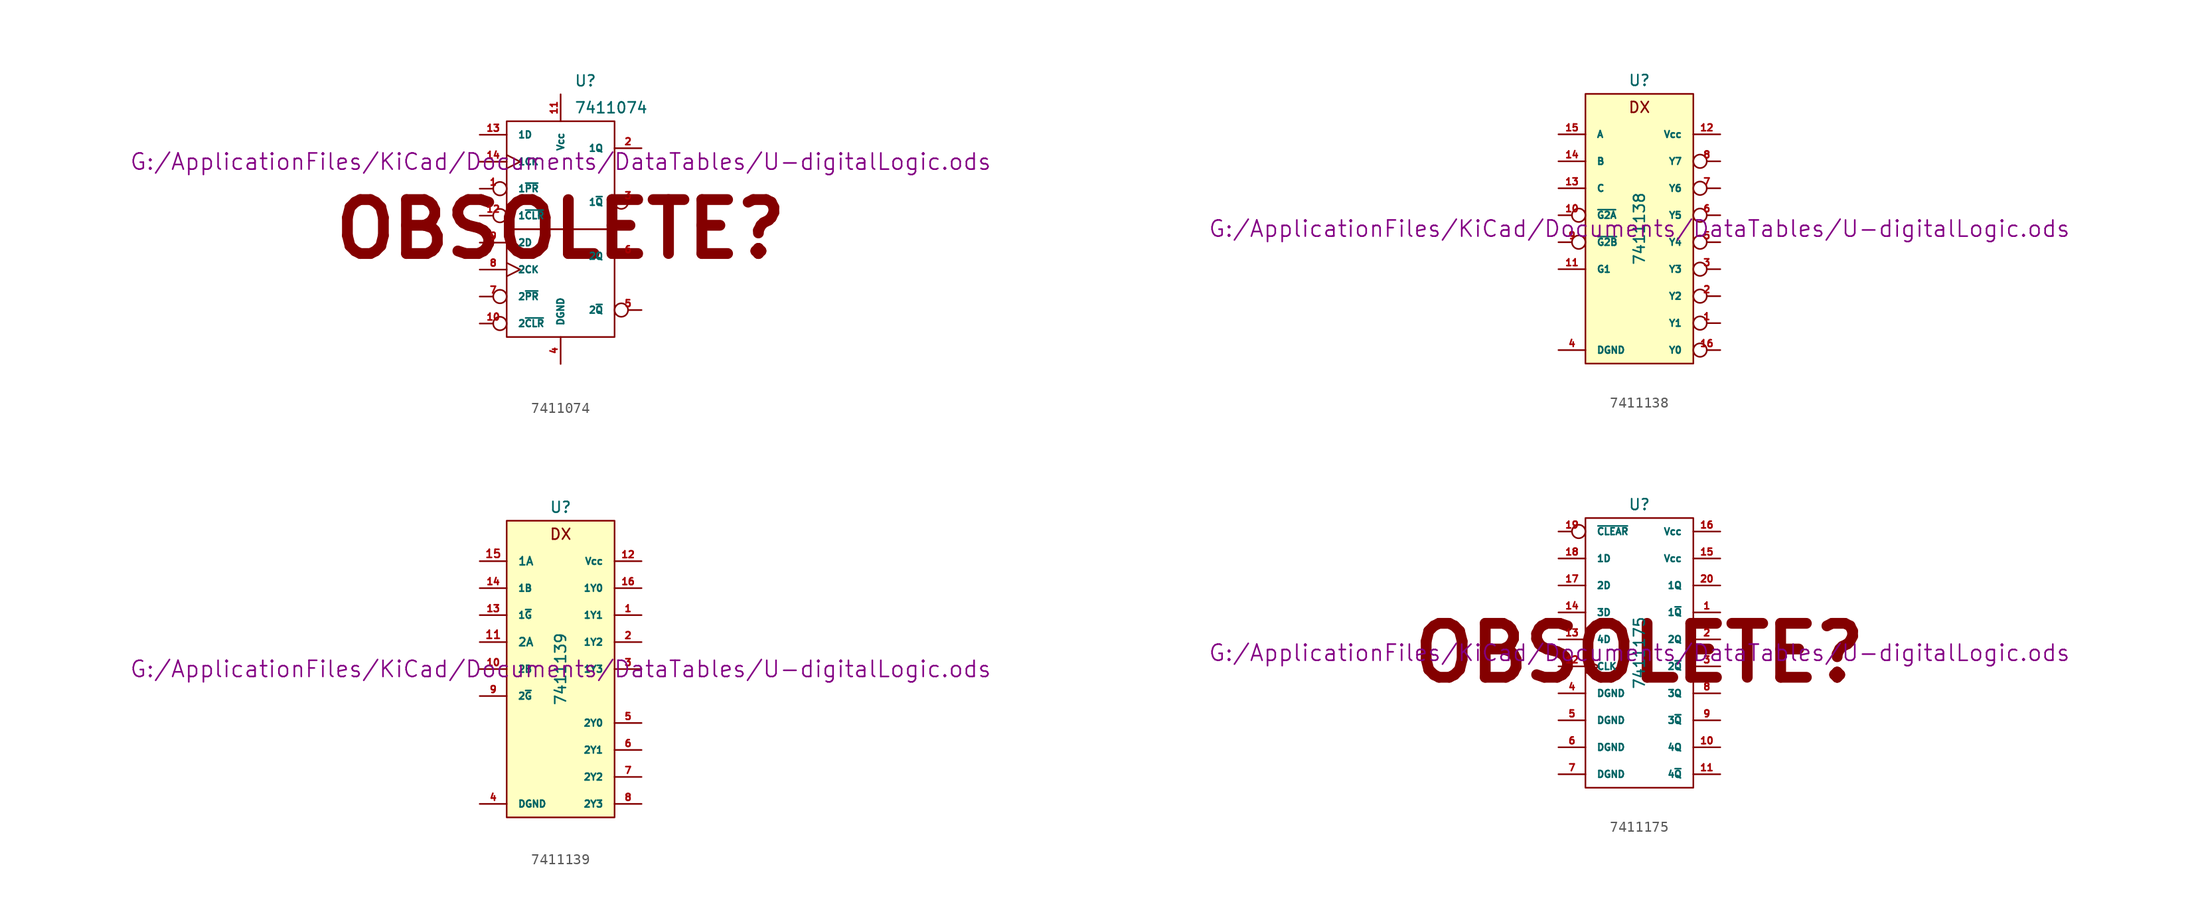
<source format=kicad_sym>
(kicad_symbol_lib
  (version 20211014)
  (generator kicad_symbol_editor)
  (symbol "7411074"
    (pin_names
      (offset 1.016))
    (property "Reference" "U"
      (at 1.27 13.97 0)
      (effects (font (size 1.016 1.016)) (justify left)))
    (property "Value" "7411074"
      (at 1.27 11.43 0)
      (effects (font (size 1.016 1.016)) (justify left)))
    (property "Footprint" ""
      (at 0 6.35 0)
      (effects (font (size 1.524 1.524))))
    (property "Datasheet" "G:/ApplicationFiles/KiCad/Documents/DataTables/U-digitalLogic.ods"
      (at 0 6.35 0)
      (effects (font (size 1.524 1.524))))
    (symbol "7411074_0_0"
      (text "OBSOLETE?" (at 0 0 0) (effects (font (size 5.08 5.08) bold))))
    (symbol "7411074_0_1"
      (rectangle (start -5.08 0) (end 5.08 -10.16) (stroke (width 0) (type default) (color 0 0 0 0)) (fill (type none)))
      (rectangle (start -5.08 10.16) (end 5.08 0) (stroke (width 0) (type default) (color 0 0 0 0)) (fill (type none))))
    (symbol "7411074_1_1"
      (pin input inverted (at -7.62 3.81 0) (length 2.54) (name "1~{PR}" (effects (font (size 0.635 0.635)))) (number "1" (effects (font (size 0.635 0.635)))))
      (pin input inverted (at -7.62 -8.89 0) (length 2.54) (name "2~{CLR}" (effects (font (size 0.635 0.635)))) (number "10" (effects (font (size 0.635 0.635)))))
      (pin power_in line (at 0 12.7 270) (length 2.54) (name "Vcc" (effects (font (size 0.635 0.635)))) (number "11" (effects (font (size 0.635 0.635)))))
      (pin input inverted (at -7.62 1.27 0) (length 2.54) (name "1~{CLR}" (effects (font (size 0.635 0.635)))) (number "12" (effects (font (size 0.635 0.635)))))
      (pin input line (at -7.62 8.89 0) (length 2.54) (name "1D" (effects (font (size 0.635 0.635)))) (number "13" (effects (font (size 0.635 0.635)))))
      (pin input clock (at -7.62 6.35 0) (length 2.54) (name "1CK" (effects (font (size 0.635 0.635)))) (number "14" (effects (font (size 0.635 0.635)))))
      (pin output line (at 7.62 7.62 180) (length 2.54) (name "1Q" (effects (font (size 0.635 0.635)))) (number "2" (effects (font (size 0.635 0.635)))))
      (pin output inverted (at 7.62 2.54 180) (length 2.54) (name "1~{Q}" (effects (font (size 0.635 0.635)))) (number "3" (effects (font (size 0.635 0.635)))))
      (pin power_in line (at 0 -12.7 90) (length 2.54) (name "DGND" (effects (font (size 0.635 0.635)))) (number "4" (effects (font (size 0.635 0.635)))))
      (pin output inverted (at 7.62 -7.62 180) (length 2.54) (name "2~{Q}" (effects (font (size 0.635 0.635)))) (number "5" (effects (font (size 0.635 0.635)))))
      (pin output line (at 7.62 -2.54 180) (length 2.54) (name "2Q" (effects (font (size 0.635 0.635)))) (number "6" (effects (font (size 0.635 0.635)))))
      (pin input inverted (at -7.62 -6.35 0) (length 2.54) (name "2~{PR}" (effects (font (size 0.635 0.635)))) (number "7" (effects (font (size 0.635 0.635)))))
      (pin input clock (at -7.62 -3.81 0) (length 2.54) (name "2CK" (effects (font (size 0.635 0.635)))) (number "8" (effects (font (size 0.635 0.635)))))
      (pin input line (at -7.62 -1.27 0) (length 2.54) (name "2D" (effects (font (size 0.635 0.635)))) (number "9" (effects (font (size 0.635 0.635)))))))
  (symbol "7411138"
    (pin_names
      (offset 1.016))
    (property "Reference" "U"
      (at 0 13.97 0)
      (effects (font (size 1.016 1.016))))
    (property "Value" "7411138"
      (at 0 0 90)
      (effects (font (size 1.016 1.016))))
    (property "Footprint" ""
      (at 0 0 0)
      (effects (font (size 1.524 1.524))))
    (property "Datasheet" "G:/ApplicationFiles/KiCad/Documents/DataTables/U-digitalLogic.ods"
      (at 0 0 0)
      (effects (font (size 1.524 1.524))))
    (symbol "7411138_0_0"
      (text "DX" (at 0 11.43 0) (effects (font (size 1.016 1.016)))))
    (symbol "7411138_0_1"
      (rectangle (start -5.08 12.7) (end 5.08 -12.7) (stroke (width 0) (type default) (color 0 0 0 0)) (fill (type background))))
    (symbol "7411138_1_1"
      (pin output inverted (at 7.62 -8.89 180) (length 2.54) (name "Y1" (effects (font (size 0.635 0.635)))) (number "1" (effects (font (size 0.635 0.635)))))
      (pin input inverted (at -7.62 1.27 0) (length 2.54) (name "~{G2A}" (effects (font (size 0.635 0.635)))) (number "10" (effects (font (size 0.635 0.635)))))
      (pin input line (at -7.62 -3.81 0) (length 2.54) (name "G1" (effects (font (size 0.635 0.635)))) (number "11" (effects (font (size 0.635 0.635)))))
      (pin power_in line (at 7.62 8.89 180) (length 2.54) (name "Vcc" (effects (font (size 0.635 0.635)))) (number "12" (effects (font (size 0.635 0.635)))))
      (pin input line (at -7.62 3.81 0) (length 2.54) (name "C" (effects (font (size 0.635 0.635)))) (number "13" (effects (font (size 0.635 0.635)))))
      (pin input line (at -7.62 6.35 0) (length 2.54) (name "B" (effects (font (size 0.635 0.635)))) (number "14" (effects (font (size 0.635 0.635)))))
      (pin input line (at -7.62 8.89 0) (length 2.54) (name "A" (effects (font (size 0.635 0.635)))) (number "15" (effects (font (size 0.635 0.635)))))
      (pin output inverted (at 7.62 -11.43 180) (length 2.54) (name "Y0" (effects (font (size 0.635 0.635)))) (number "16" (effects (font (size 0.635 0.635)))))
      (pin output inverted (at 7.62 -6.35 180) (length 2.54) (name "Y2" (effects (font (size 0.635 0.635)))) (number "2" (effects (font (size 0.635 0.635)))))
      (pin output inverted (at 7.62 -3.81 180) (length 2.54) (name "Y3" (effects (font (size 0.635 0.635)))) (number "3" (effects (font (size 0.635 0.635)))))
      (pin power_in line (at -7.62 -11.43 0) (length 2.54) (name "DGND" (effects (font (size 0.635 0.635)))) (number "4" (effects (font (size 0.635 0.635)))))
      (pin output inverted (at 7.62 -1.27 180) (length 2.54) (name "Y4" (effects (font (size 0.635 0.635)))) (number "5" (effects (font (size 0.635 0.635)))))
      (pin output inverted (at 7.62 1.27 180) (length 2.54) (name "Y5" (effects (font (size 0.635 0.635)))) (number "6" (effects (font (size 0.635 0.635)))))
      (pin output inverted (at 7.62 3.81 180) (length 2.54) (name "Y6" (effects (font (size 0.635 0.635)))) (number "7" (effects (font (size 0.635 0.635)))))
      (pin output inverted (at 7.62 6.35 180) (length 2.54) (name "Y7" (effects (font (size 0.635 0.635)))) (number "8" (effects (font (size 0.635 0.635)))))
      (pin input inverted (at -7.62 -1.27 0) (length 2.54) (name "~{G2B}" (effects (font (size 0.635 0.635)))) (number "9" (effects (font (size 0.635 0.635)))))))
  (symbol "7411139"
    (pin_names
      (offset 1.016))
    (property "Reference" "U"
      (at 0 15.24 0)
      (effects (font (size 1.016 1.016))))
    (property "Value" "7411139"
      (at 0 0 90)
      (effects (font (size 1.016 1.016))))
    (property "Footprint" ""
      (at 0 0 0)
      (effects (font (size 1.524 1.524))))
    (property "Datasheet" "G:/ApplicationFiles/KiCad/Documents/DataTables/U-digitalLogic.ods"
      (at 0 0 0)
      (effects (font (size 1.524 1.524))))
    (symbol "7411139_0_0"
      (text "DX" (at 0 12.7 0) (effects (font (size 1.016 1.016))))
      (pin input line (at -7.62 2.54 0) (length 2.54) (name "2A" (effects (font (size 0.762 0.762)))) (number "11" (effects (font (size 0.762 0.762)))))
      (pin input line (at -7.62 10.16 0) (length 2.54) (name "1A" (effects (font (size 0.762 0.762)))) (number "15" (effects (font (size 0.762 0.762))))))
    (symbol "7411139_0_1"
      (rectangle (start -5.08 13.97) (end 5.08 -13.97) (stroke (width 0) (type default) (color 0 0 0 0)) (fill (type background))))
    (symbol "7411139_1_1"
      (pin output line (at 7.62 5.08 180) (length 2.54) (name "1Y1" (effects (font (size 0.635 0.635)))) (number "1" (effects (font (size 0.635 0.635)))))
      (pin input line (at -7.62 0 0) (length 2.54) (name "2B" (effects (font (size 0.635 0.635)))) (number "10" (effects (font (size 0.635 0.635)))))
      (pin power_in line (at 7.62 10.16 180) (length 2.54) (name "Vcc" (effects (font (size 0.635 0.635)))) (number "12" (effects (font (size 0.635 0.635)))))
      (pin input line (at -7.62 5.08 0) (length 2.54) (name "1~{G}" (effects (font (size 0.635 0.635)))) (number "13" (effects (font (size 0.635 0.635)))))
      (pin input line (at -7.62 7.62 0) (length 2.54) (name "1B" (effects (font (size 0.635 0.635)))) (number "14" (effects (font (size 0.635 0.635)))))
      (pin output line (at 7.62 7.62 180) (length 2.54) (name "1Y0" (effects (font (size 0.635 0.635)))) (number "16" (effects (font (size 0.635 0.635)))))
      (pin output line (at 7.62 2.54 180) (length 2.54) (name "1Y2" (effects (font (size 0.635 0.635)))) (number "2" (effects (font (size 0.635 0.635)))))
      (pin output line (at 7.62 0 180) (length 2.54) (name "1Y3" (effects (font (size 0.635 0.635)))) (number "3" (effects (font (size 0.635 0.635)))))
      (pin power_in line (at -7.62 -12.7 0) (length 2.54) (name "DGND" (effects (font (size 0.635 0.635)))) (number "4" (effects (font (size 0.635 0.635)))))
      (pin output line (at 7.62 -5.08 180) (length 2.54) (name "2Y0" (effects (font (size 0.635 0.635)))) (number "5" (effects (font (size 0.635 0.635)))))
      (pin output line (at 7.62 -7.62 180) (length 2.54) (name "2Y1" (effects (font (size 0.635 0.635)))) (number "6" (effects (font (size 0.635 0.635)))))
      (pin output line (at 7.62 -10.16 180) (length 2.54) (name "2Y2" (effects (font (size 0.635 0.635)))) (number "7" (effects (font (size 0.635 0.635)))))
      (pin output line (at 7.62 -12.7 180) (length 2.54) (name "2Y3" (effects (font (size 0.635 0.635)))) (number "8" (effects (font (size 0.635 0.635)))))
      (pin input line (at -7.62 -2.54 0) (length 2.54) (name "2~{G}" (effects (font (size 0.635 0.635)))) (number "9" (effects (font (size 0.635 0.635)))))))
  (symbol "7411175"
    (pin_names
      (offset 1.016))
    (property "Reference" "U"
      (at 0 13.97 0)
      (effects (font (size 1.016 1.016))))
    (property "Value" "7411175"
      (at 0 0 90)
      (effects (font (size 1.016 1.016))))
    (property "Footprint" ""
      (at 0 0 0)
      (effects (font (size 1.524 1.524))))
    (property "Datasheet" "G:/ApplicationFiles/KiCad/Documents/DataTables/U-digitalLogic.ods"
      (at 0 0 0)
      (effects (font (size 1.524 1.524))))
    (symbol "7411175_0_0"
      (text "OBSOLETE?" (at 0 0 0) (effects (font (size 5.08 5.08) bold))))
    (symbol "7411175_0_1"
      (rectangle (start -5.08 12.7) (end 5.08 -12.7) (stroke (width 0) (type default) (color 0 0 0 0)) (fill (type none))))
    (symbol "7411175_1_1"
      (pin output line (at 7.62 3.81 180) (length 2.54) (name "1~{Q}" (effects (font (size 0.635 0.635)))) (number "1" (effects (font (size 0.635 0.635)))))
      (pin output line (at 7.62 -8.89 180) (length 2.54) (name "4Q" (effects (font (size 0.635 0.635)))) (number "10" (effects (font (size 0.635 0.635)))))
      (pin output line (at 7.62 -11.43 180) (length 2.54) (name "4~{Q}" (effects (font (size 0.635 0.635)))) (number "11" (effects (font (size 0.635 0.635)))))
      (pin input clock (at -7.62 -1.27 0) (length 2.54) (name "CLK" (effects (font (size 0.635 0.635)))) (number "12" (effects (font (size 0.635 0.635)))))
      (pin input line (at -7.62 1.27 0) (length 2.54) (name "4D" (effects (font (size 0.635 0.635)))) (number "13" (effects (font (size 0.635 0.635)))))
      (pin input line (at -7.62 3.81 0) (length 2.54) (name "3D" (effects (font (size 0.635 0.635)))) (number "14" (effects (font (size 0.635 0.635)))))
      (pin power_in line (at 7.62 8.89 180) (length 2.54) (name "Vcc" (effects (font (size 0.635 0.635)))) (number "15" (effects (font (size 0.635 0.635)))))
      (pin power_in line (at 7.62 11.43 180) (length 2.54) (name "Vcc" (effects (font (size 0.635 0.635)))) (number "16" (effects (font (size 0.635 0.635)))))
      (pin input line (at -7.62 6.35 0) (length 2.54) (name "2D" (effects (font (size 0.635 0.635)))) (number "17" (effects (font (size 0.635 0.635)))))
      (pin input line (at -7.62 8.89 0) (length 2.54) (name "1D" (effects (font (size 0.635 0.635)))) (number "18" (effects (font (size 0.635 0.635)))))
      (pin input inverted (at -7.62 11.43 0) (length 2.54) (name "~{CLEAR}" (effects (font (size 0.635 0.635)))) (number "19" (effects (font (size 0.635 0.635)))))
      (pin output line (at 7.62 1.27 180) (length 2.54) (name "2Q" (effects (font (size 0.635 0.635)))) (number "2" (effects (font (size 0.635 0.635)))))
      (pin output line (at 7.62 6.35 180) (length 2.54) (name "1Q" (effects (font (size 0.635 0.635)))) (number "20" (effects (font (size 0.635 0.635)))))
      (pin output line (at 7.62 -1.27 180) (length 2.54) (name "2~{Q}" (effects (font (size 0.635 0.635)))) (number "3" (effects (font (size 0.635 0.635)))))
      (pin power_in line (at -7.62 -3.81 0) (length 2.54) (name "DGND" (effects (font (size 0.635 0.635)))) (number "4" (effects (font (size 0.635 0.635)))))
      (pin power_in line (at -7.62 -6.35 0) (length 2.54) (name "DGND" (effects (font (size 0.635 0.635)))) (number "5" (effects (font (size 0.635 0.635)))))
      (pin power_in line (at -7.62 -8.89 0) (length 2.54) (name "DGND" (effects (font (size 0.635 0.635)))) (number "6" (effects (font (size 0.635 0.635)))))
      (pin power_in line (at -7.62 -11.43 0) (length 2.54) (name "DGND" (effects (font (size 0.635 0.635)))) (number "7" (effects (font (size 0.635 0.635)))))
      (pin output line (at 7.62 -3.81 180) (length 2.54) (name "3Q" (effects (font (size 0.635 0.635)))) (number "8" (effects (font (size 0.635 0.635)))))
      (pin output line (at 7.62 -6.35 180) (length 2.54) (name "3~{Q}" (effects (font (size 0.635 0.635)))) (number "9" (effects (font (size 0.635 0.635))))))))
</source>
